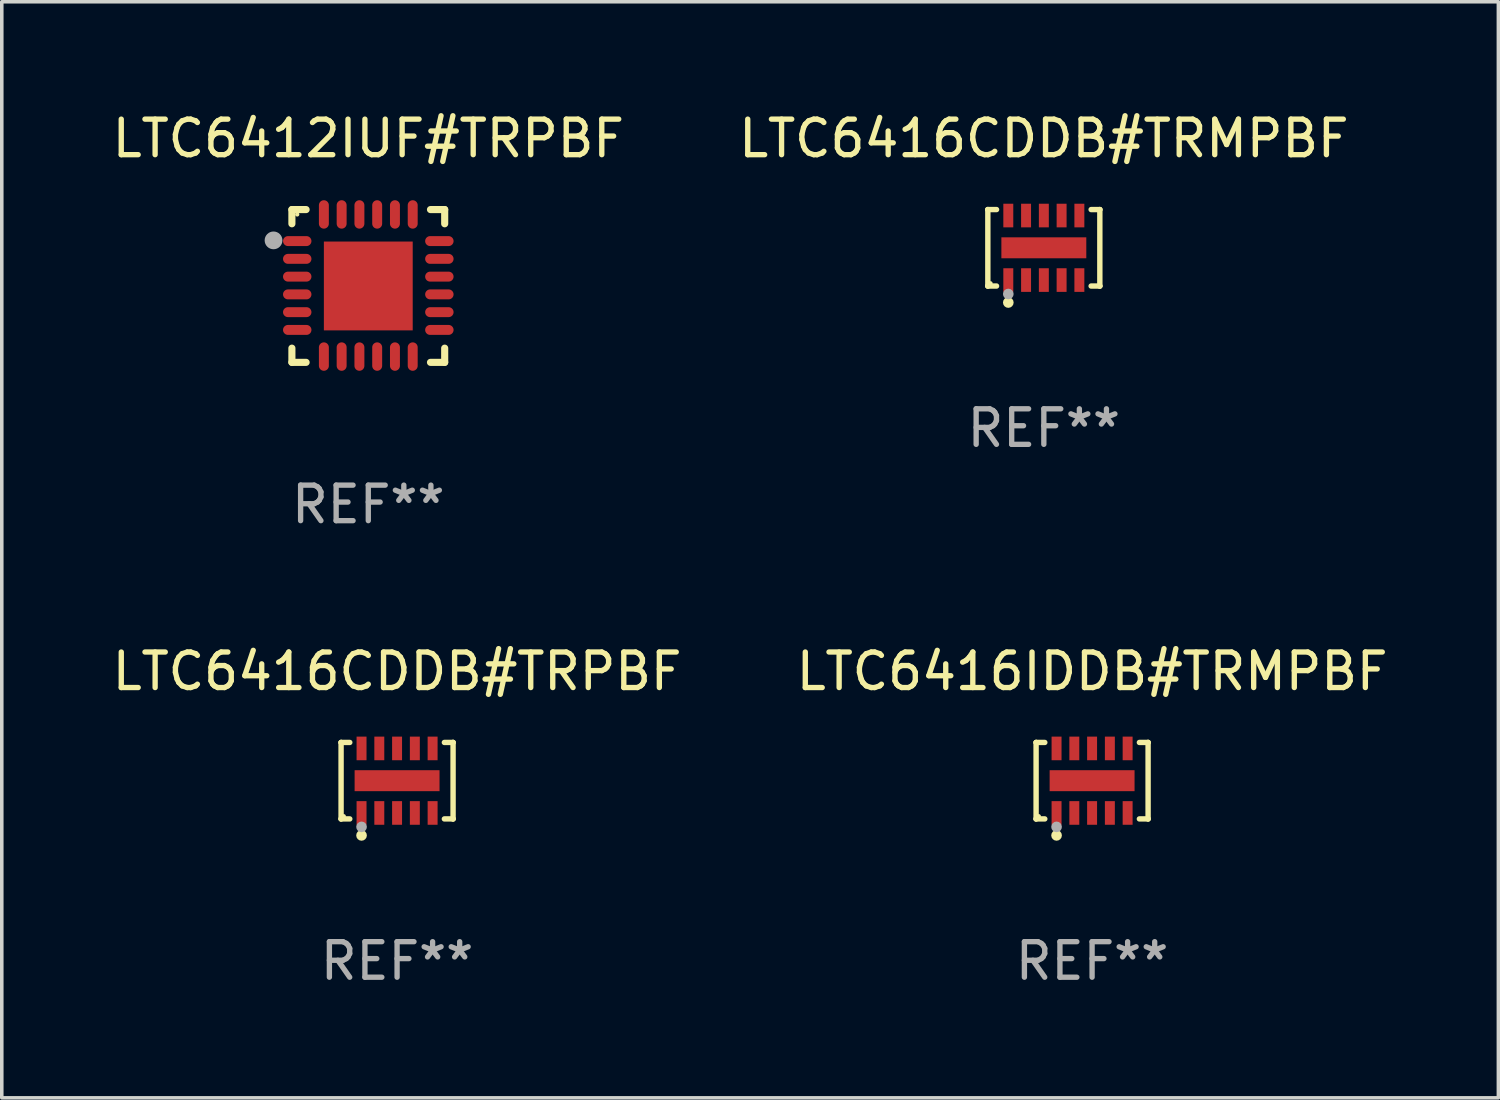
<source format=kicad_pcb>
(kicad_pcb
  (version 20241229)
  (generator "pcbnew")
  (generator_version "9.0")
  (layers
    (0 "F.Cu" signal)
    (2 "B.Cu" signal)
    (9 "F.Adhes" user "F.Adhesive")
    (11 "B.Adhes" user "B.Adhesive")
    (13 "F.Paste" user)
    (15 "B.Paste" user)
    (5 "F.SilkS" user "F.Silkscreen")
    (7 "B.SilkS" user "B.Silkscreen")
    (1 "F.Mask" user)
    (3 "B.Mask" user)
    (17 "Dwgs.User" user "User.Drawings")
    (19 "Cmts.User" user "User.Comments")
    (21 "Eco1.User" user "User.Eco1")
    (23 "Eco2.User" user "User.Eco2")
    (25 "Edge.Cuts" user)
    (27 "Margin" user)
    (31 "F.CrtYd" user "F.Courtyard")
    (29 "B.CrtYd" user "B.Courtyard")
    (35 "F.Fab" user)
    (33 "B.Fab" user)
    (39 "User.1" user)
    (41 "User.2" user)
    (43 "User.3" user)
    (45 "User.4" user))
  (footprint "LTC6416IDDB#TRMPBF"
    (layer "F.Cu")
    (at 27.685 18.921)
    (property "Reference" "LTC6416IDDB#TRMPBF" (at 0 -3.076 0) (layer "F.SilkS") (effects (font (size 1 1) (thickness 0.15))))
    (attr through_hole)
    (fp_line (start -1.576 -1.076) (end -1.576 -1.076) (stroke (width 0.152) (type solid)) (layer "F.SilkS"))
    (fp_line (start -1.576 -1.076) (end -1.331 -1.076) (stroke (width 0.152) (type solid)) (layer "F.SilkS"))
    (fp_line (start -1.576 1.076) (end -1.576 -1.076) (stroke (width 0.152) (type solid)) (layer "F.SilkS"))
    (fp_line (start -1.576 1.076) (end -1.576 1.076) (stroke (width 0.152) (type solid)) (layer "F.SilkS"))
    (fp_line (start -1.331 1.076) (end -1.576 1.076) (stroke (width 0.152) (type solid)) (layer "F.SilkS"))
    (fp_line (start 1.331 1.076) (end 1.576 1.076) (stroke (width 0.152) (type solid)) (layer "F.SilkS"))
    (fp_line (start 1.576 -1.076) (end 1.331 -1.076) (stroke (width 0.152) (type solid)) (layer "F.SilkS"))
    (fp_line (start 1.576 -1.076) (end 1.576 -1.076) (stroke (width 0.152) (type solid)) (layer "F.SilkS"))
    (fp_line (start 1.576 1.076) (end 1.576 -1.076) (stroke (width 0.152) (type solid)) (layer "F.SilkS"))
    (fp_line (start 1.576 1.076) (end 1.576 1.076) (stroke (width 0.152) (type solid)) (layer "F.SilkS"))
    (fp_circle (center -1.5 1) (end -1.47 1) (stroke (width 0.06) (type solid)) (fill no) (layer "F.SilkS"))
    (fp_circle (center -1 1.54) (end -0.925 1.54) (stroke (width 0.15) (type solid)) (fill no) (layer "F.SilkS"))
    (fp_circle (center -1 1.3) (end -0.925 1.3) (stroke (width 0.15) (type solid)) (fill no) (layer "F.Fab"))
    (fp_text user "REF**" (at 0 5.076 0) (layer "F.Fab") (effects (font (size 1 1) (thickness 0.15))))
    (pad "1" smd rect (at -1 0.908) (size 0.28 0.665) (layers "F.Cu" "F.Mask" "F.Paste"))
    (pad "2" smd rect (at -0.5 0.908) (size 0.28 0.665) (layers "F.Cu" "F.Mask" "F.Paste"))
    (pad "3" smd rect (at 0 0.908) (size 0.28 0.665) (layers "F.Cu" "F.Mask" "F.Paste"))
    (pad "4" smd rect (at 0.5 0.908) (size 0.28 0.665) (layers "F.Cu" "F.Mask" "F.Paste"))
    (pad "5" smd rect (at 1 0.908) (size 0.28 0.665) (layers "F.Cu" "F.Mask" "F.Paste"))
    (pad "6" smd rect (at 1 -0.908) (size 0.28 0.665) (layers "F.Cu" "F.Mask" "F.Paste"))
    (pad "7" smd rect (at 0.5 -0.908) (size 0.28 0.665) (layers "F.Cu" "F.Mask" "F.Paste"))
    (pad "8" smd rect (at 0 -0.908) (size 0.28 0.665) (layers "F.Cu" "F.Mask" "F.Paste"))
    (pad "9" smd rect (at -0.5 -0.908) (size 0.28 0.665) (layers "F.Cu" "F.Mask" "F.Paste"))
    (pad "10" smd rect (at -1 -0.908) (size 0.28 0.665) (layers "F.Cu" "F.Mask" "F.Paste"))
    (pad "11" smd rect (at 0 0) (size 2.39 0.59) (layers "F.Cu" "F.Mask" "F.Paste")))
  (footprint "LTC6416CDDB#TRMPBF"
    (layer "F.Cu")
    (at 26.327 3.924)
    (property "Reference" "LTC6416CDDB#TRMPBF" (at 0 -3.076 0) (layer "F.SilkS") (effects (font (size 1 1) (thickness 0.15))))
    (attr through_hole)
    (fp_line (start -1.576 -1.076) (end -1.576 -1.076) (stroke (width 0.152) (type solid)) (layer "F.SilkS"))
    (fp_line (start -1.576 -1.076) (end -1.331 -1.076) (stroke (width 0.152) (type solid)) (layer "F.SilkS"))
    (fp_line (start -1.576 1.076) (end -1.576 -1.076) (stroke (width 0.152) (type solid)) (layer "F.SilkS"))
    (fp_line (start -1.576 1.076) (end -1.576 1.076) (stroke (width 0.152) (type solid)) (layer "F.SilkS"))
    (fp_line (start -1.331 1.076) (end -1.576 1.076) (stroke (width 0.152) (type solid)) (layer "F.SilkS"))
    (fp_line (start 1.331 1.076) (end 1.576 1.076) (stroke (width 0.152) (type solid)) (layer "F.SilkS"))
    (fp_line (start 1.576 -1.076) (end 1.331 -1.076) (stroke (width 0.152) (type solid)) (layer "F.SilkS"))
    (fp_line (start 1.576 -1.076) (end 1.576 -1.076) (stroke (width 0.152) (type solid)) (layer "F.SilkS"))
    (fp_line (start 1.576 1.076) (end 1.576 -1.076) (stroke (width 0.152) (type solid)) (layer "F.SilkS"))
    (fp_line (start 1.576 1.076) (end 1.576 1.076) (stroke (width 0.152) (type solid)) (layer "F.SilkS"))
    (fp_circle (center -1.5 1) (end -1.47 1) (stroke (width 0.06) (type solid)) (fill no) (layer "F.SilkS"))
    (fp_circle (center -1 1.54) (end -0.925 1.54) (stroke (width 0.15) (type solid)) (fill no) (layer "F.SilkS"))
    (fp_circle (center -1 1.3) (end -0.925 1.3) (stroke (width 0.15) (type solid)) (fill no) (layer "F.Fab"))
    (fp_text user "REF**" (at 0 5.076 0) (layer "F.Fab") (effects (font (size 1 1) (thickness 0.15))))
    (pad "1" smd rect (at -1 0.908) (size 0.28 0.665) (layers "F.Cu" "F.Mask" "F.Paste"))
    (pad "2" smd rect (at -0.5 0.908) (size 0.28 0.665) (layers "F.Cu" "F.Mask" "F.Paste"))
    (pad "3" smd rect (at 0 0.908) (size 0.28 0.665) (layers "F.Cu" "F.Mask" "F.Paste"))
    (pad "4" smd rect (at 0.5 0.908) (size 0.28 0.665) (layers "F.Cu" "F.Mask" "F.Paste"))
    (pad "5" smd rect (at 1 0.908) (size 0.28 0.665) (layers "F.Cu" "F.Mask" "F.Paste"))
    (pad "6" smd rect (at 1 -0.908) (size 0.28 0.665) (layers "F.Cu" "F.Mask" "F.Paste"))
    (pad "7" smd rect (at 0.5 -0.908) (size 0.28 0.665) (layers "F.Cu" "F.Mask" "F.Paste"))
    (pad "8" smd rect (at 0 -0.908) (size 0.28 0.665) (layers "F.Cu" "F.Mask" "F.Paste"))
    (pad "9" smd rect (at -0.5 -0.908) (size 0.28 0.665) (layers "F.Cu" "F.Mask" "F.Paste"))
    (pad "10" smd rect (at -1 -0.908) (size 0.28 0.665) (layers "F.Cu" "F.Mask" "F.Paste"))
    (pad "11" smd rect (at 0 0) (size 2.39 0.59) (layers "F.Cu" "F.Mask" "F.Paste")))
  (footprint "LTC6412IUF#TRPBF"
    (layer "F.Cu")
    (at 7.315 4.998)
    (property "Reference" "LTC6412IUF#TRPBF" (at 0 -4.15 0) (layer "F.SilkS") (effects (font (size 1 1) (thickness 0.15))))
    (attr through_hole)
    (fp_line (start -2.15 -2.15) (end -1.75 -2.15) (stroke (width 0.2) (type solid)) (layer "F.SilkS"))
    (fp_line (start -2.15 -1.75) (end -2.15 -2.15) (stroke (width 0.2) (type solid)) (layer "F.SilkS"))
    (fp_line (start -2.15 2.15) (end -2.15 1.75) (stroke (width 0.2) (type solid)) (layer "F.SilkS"))
    (fp_line (start -1.75 2.15) (end -2.15 2.15) (stroke (width 0.2) (type solid)) (layer "F.SilkS"))
    (fp_line (start 1.75 -2.15) (end 2.15 -2.15) (stroke (width 0.2) (type solid)) (layer "F.SilkS"))
    (fp_line (start 1.75 2.15) (end 2.15 2.15) (stroke (width 0.2) (type solid)) (layer "F.SilkS"))
    (fp_line (start 2.15 -2.15) (end 2.15 -1.75) (stroke (width 0.2) (type solid)) (layer "F.SilkS"))
    (fp_line (start 2.15 2.15) (end 2.15 1.75) (stroke (width 0.2) (type solid)) (layer "F.SilkS"))
    (fp_circle (center -2 -2.013) (end -1.97 -2.013) (stroke (width 0.06) (type solid)) (fill no) (layer "F.SilkS"))
    (fp_circle (center -2.667 -1.283) (end -2.542 -1.283) (stroke (width 0.25) (type solid)) (fill no) (layer "F.Fab"))
    (fp_text user "REF**" (at 0 6.15 0) (layer "F.Fab") (effects (font (size 1 1) (thickness 0.15))))
    (pad "1" smd oval (at -2 -1.263) (size 0.8 0.28) (layers "F.Cu" "F.Mask" "F.Paste"))
    (pad "2" smd oval (at -2 -0.763) (size 0.8 0.28) (layers "F.Cu" "F.Mask" "F.Paste"))
    (pad "3" smd oval (at -2 -0.263) (size 0.8 0.28) (layers "F.Cu" "F.Mask" "F.Paste"))
    (pad "4" smd oval (at -2 0.237) (size 0.8 0.28) (layers "F.Cu" "F.Mask" "F.Paste"))
    (pad "5" smd oval (at -2 0.737) (size 0.8 0.28) (layers "F.Cu" "F.Mask" "F.Paste"))
    (pad "6" smd oval (at -2 1.237) (size 0.8 0.28) (layers "F.Cu" "F.Mask" "F.Paste"))
    (pad "7" smd oval (at -1.25 1.987) (size 0.28 0.8) (layers "F.Cu" "F.Mask" "F.Paste"))
    (pad "8" smd oval (at -0.75 1.987) (size 0.28 0.8) (layers "F.Cu" "F.Mask" "F.Paste"))
    (pad "9" smd oval (at -0.25 1.987) (size 0.28 0.8) (layers "F.Cu" "F.Mask" "F.Paste"))
    (pad "10" smd oval (at 0.25 1.987) (size 0.28 0.8) (layers "F.Cu" "F.Mask" "F.Paste"))
    (pad "11" smd oval (at 0.75 1.987) (size 0.28 0.8) (layers "F.Cu" "F.Mask" "F.Paste"))
    (pad "12" smd oval (at 1.25 1.987) (size 0.28 0.8) (layers "F.Cu" "F.Mask" "F.Paste"))
    (pad "13" smd oval (at 2 1.237) (size 0.8 0.28) (layers "F.Cu" "F.Mask" "F.Paste"))
    (pad "14" smd oval (at 2 0.737) (size 0.8 0.28) (layers "F.Cu" "F.Mask" "F.Paste"))
    (pad "15" smd oval (at 2 0.237) (size 0.8 0.28) (layers "F.Cu" "F.Mask" "F.Paste"))
    (pad "16" smd oval (at 2 -0.263) (size 0.8 0.28) (layers "F.Cu" "F.Mask" "F.Paste"))
    (pad "17" smd oval (at 2 -0.763) (size 0.8 0.28) (layers "F.Cu" "F.Mask" "F.Paste"))
    (pad "18" smd oval (at 2 -1.263) (size 0.8 0.28) (layers "F.Cu" "F.Mask" "F.Paste"))
    (pad "19" smd oval (at 1.25 -2.013) (size 0.28 0.8) (layers "F.Cu" "F.Mask" "F.Paste"))
    (pad "20" smd oval (at 0.75 -2.013) (size 0.28 0.8) (layers "F.Cu" "F.Mask" "F.Paste"))
    (pad "21" smd oval (at 0.25 -2.013) (size 0.28 0.8) (layers "F.Cu" "F.Mask" "F.Paste"))
    (pad "22" smd oval (at -0.25 -2.013) (size 0.28 0.8) (layers "F.Cu" "F.Mask" "F.Paste"))
    (pad "23" smd oval (at -0.75 -2.013) (size 0.28 0.8) (layers "F.Cu" "F.Mask" "F.Paste"))
    (pad "24" smd oval (at -1.25 -2.013) (size 0.28 0.8) (layers "F.Cu" "F.Mask" "F.Paste"))
    (pad "25" smd rect (at -0.000127 -0.00014) (size 2.5 2.5) (layers "F.Cu" "F.Mask" "F.Paste")))
  (footprint "LTC6416CDDB#TRPBF"
    (layer "F.Cu")
    (at 8.125 18.921)
    (property "Reference" "LTC6416CDDB#TRPBF" (at 0 -3.076 0) (layer "F.SilkS") (effects (font (size 1 1) (thickness 0.15))))
    (attr through_hole)
    (fp_line (start -1.576 -1.076) (end -1.576 -1.076) (stroke (width 0.152) (type solid)) (layer "F.SilkS"))
    (fp_line (start -1.576 -1.076) (end -1.331 -1.076) (stroke (width 0.152) (type solid)) (layer "F.SilkS"))
    (fp_line (start -1.576 1.076) (end -1.576 -1.076) (stroke (width 0.152) (type solid)) (layer "F.SilkS"))
    (fp_line (start -1.576 1.076) (end -1.576 1.076) (stroke (width 0.152) (type solid)) (layer "F.SilkS"))
    (fp_line (start -1.331 1.076) (end -1.576 1.076) (stroke (width 0.152) (type solid)) (layer "F.SilkS"))
    (fp_line (start 1.331 1.076) (end 1.576 1.076) (stroke (width 0.152) (type solid)) (layer "F.SilkS"))
    (fp_line (start 1.576 -1.076) (end 1.331 -1.076) (stroke (width 0.152) (type solid)) (layer "F.SilkS"))
    (fp_line (start 1.576 -1.076) (end 1.576 -1.076) (stroke (width 0.152) (type solid)) (layer "F.SilkS"))
    (fp_line (start 1.576 1.076) (end 1.576 -1.076) (stroke (width 0.152) (type solid)) (layer "F.SilkS"))
    (fp_line (start 1.576 1.076) (end 1.576 1.076) (stroke (width 0.152) (type solid)) (layer "F.SilkS"))
    (fp_circle (center -1.5 1) (end -1.47 1) (stroke (width 0.06) (type solid)) (fill no) (layer "F.SilkS"))
    (fp_circle (center -1 1.54) (end -0.925 1.54) (stroke (width 0.15) (type solid)) (fill no) (layer "F.SilkS"))
    (fp_circle (center -1 1.3) (end -0.925 1.3) (stroke (width 0.15) (type solid)) (fill no) (layer "F.Fab"))
    (fp_text user "REF**" (at 0 5.076 0) (layer "F.Fab") (effects (font (size 1 1) (thickness 0.15))))
    (pad "1" smd rect (at -1 0.908) (size 0.28 0.665) (layers "F.Cu" "F.Mask" "F.Paste"))
    (pad "2" smd rect (at -0.5 0.908) (size 0.28 0.665) (layers "F.Cu" "F.Mask" "F.Paste"))
    (pad "3" smd rect (at 0 0.908) (size 0.28 0.665) (layers "F.Cu" "F.Mask" "F.Paste"))
    (pad "4" smd rect (at 0.5 0.908) (size 0.28 0.665) (layers "F.Cu" "F.Mask" "F.Paste"))
    (pad "5" smd rect (at 1 0.908) (size 0.28 0.665) (layers "F.Cu" "F.Mask" "F.Paste"))
    (pad "6" smd rect (at 1 -0.908) (size 0.28 0.665) (layers "F.Cu" "F.Mask" "F.Paste"))
    (pad "7" smd rect (at 0.5 -0.908) (size 0.28 0.665) (layers "F.Cu" "F.Mask" "F.Paste"))
    (pad "8" smd rect (at 0 -0.908) (size 0.28 0.665) (layers "F.Cu" "F.Mask" "F.Paste"))
    (pad "9" smd rect (at -0.5 -0.908) (size 0.28 0.665) (layers "F.Cu" "F.Mask" "F.Paste"))
    (pad "10" smd rect (at -1 -0.908) (size 0.28 0.665) (layers "F.Cu" "F.Mask" "F.Paste"))
    (pad "11" smd rect (at 0 0) (size 2.39 0.59) (layers "F.Cu" "F.Mask" "F.Paste")))
  (gr_rect
    (start -3 -3)
    (end 39.119 27.846)
    (stroke (width 0.1) (type default))
    (fill no)
    (layer "Edge.Cuts")))
</source>
